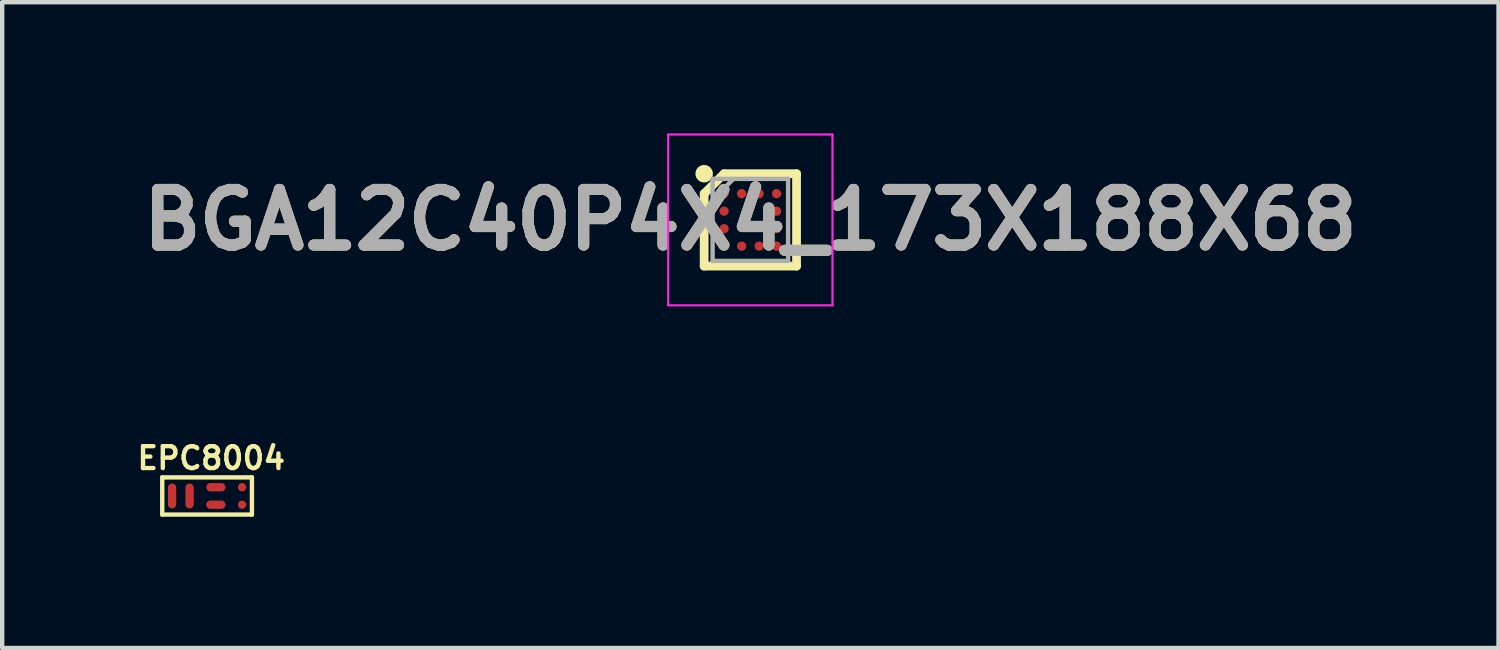
<source format=kicad_pcb>
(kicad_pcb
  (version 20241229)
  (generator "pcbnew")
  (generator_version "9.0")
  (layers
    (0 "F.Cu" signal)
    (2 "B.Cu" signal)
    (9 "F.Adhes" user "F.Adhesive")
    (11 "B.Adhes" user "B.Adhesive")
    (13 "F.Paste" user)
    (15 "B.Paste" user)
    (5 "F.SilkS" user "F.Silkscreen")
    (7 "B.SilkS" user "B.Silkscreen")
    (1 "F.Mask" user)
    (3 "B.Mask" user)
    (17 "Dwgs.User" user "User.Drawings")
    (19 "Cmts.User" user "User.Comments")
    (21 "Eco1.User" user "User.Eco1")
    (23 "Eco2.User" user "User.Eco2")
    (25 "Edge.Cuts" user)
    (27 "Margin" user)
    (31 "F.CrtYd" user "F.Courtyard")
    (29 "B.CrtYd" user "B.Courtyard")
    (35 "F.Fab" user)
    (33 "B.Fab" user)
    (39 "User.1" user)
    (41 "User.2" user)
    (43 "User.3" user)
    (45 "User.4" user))
  (footprint "EPC8004"
    (layer "F.Cu")
    (at 0.659 7.863)
    (property "Reference" "EPC8004" (at 1.12 -0.44 0) (layer "F.SilkS") (effects (font (size 0.5 0.5) (thickness 0.1))))
    (attr through_hole)
    (fp_line (start 0 0) (end 2.05 0) (stroke (width 0.1) (type solid)) (layer "F.SilkS"))
    (fp_line (start 0 0.85) (end 0 0) (stroke (width 0.1) (type solid)) (layer "F.SilkS"))
    (fp_line (start 2.05 0) (end 2.05 0.85) (stroke (width 0.1) (type solid)) (layer "F.SilkS"))
    (fp_line (start 2.05 0.85) (end 0 0.85) (stroke (width 0.1) (type solid)) (layer "F.SilkS"))
    (pad "D" smd oval (at 1.225 0.225) (size 0.44 0.19) (layers "F.Cu" "F.Mask" "F.Paste"))
    (pad "G" smd oval (at 0.225 0.425) (size 0.19 0.57) (layers "F.Cu" "F.Mask" "F.Paste"))
    (pad "K" smd oval (at 0.625 0.425) (size 0.19 0.57) (layers "F.Cu" "F.Mask" "F.Paste"))
    (pad "S" smd oval (at 1.225 0.625) (size 0.44 0.19) (layers "F.Cu" "F.Mask" "F.Paste"))
    (pad "S" smd oval (at 1.825 0.225) (size 0.19 0.19) (layers "F.Cu" "F.Mask" "F.Paste"))
    (pad "S" smd oval (at 1.825 0.625) (size 0.19 0.19) (layers "F.Cu" "F.Mask" "F.Paste")))
  (footprint "BGA12C40P4X4_173X188X68"
    (layer "F.Cu")
    (at 14.103 1.977)
    (property "Reference" "BGA12C40P4X4_173X188X68" (at 0 0 0) (layer "F.SilkS") (effects (font (size 1.27 1.27) (thickness 0.254))))
    (attr smd)
    (fp_line (start -1.056 -0.6) (end -0.6 -1.056) (stroke (width 0.2) (type solid)) (layer "F.SilkS"))
    (fp_line (start -1.056 1.056) (end -1.056 -0.6) (stroke (width 0.2) (type solid)) (layer "F.SilkS"))
    (fp_line (start -0.6 -1.056) (end 1.056 -1.056) (stroke (width 0.2) (type solid)) (layer "F.SilkS"))
    (fp_line (start 1.056 -1.056) (end 1.056 1.056) (stroke (width 0.2) (type solid)) (layer "F.SilkS"))
    (fp_line (start 1.056 1.056) (end -1.056 1.056) (stroke (width 0.2) (type solid)) (layer "F.SilkS"))
    (fp_circle (center -1.056 -1.056) (end -1.056 -0.956) (stroke (width 0.2) (type solid)) (fill no) (layer "F.SilkS"))
    (fp_line (start -1.878 -1.952) (end 1.878 -1.952) (stroke (width 0.05) (type solid)) (layer "F.CrtYd"))
    (fp_line (start -1.878 1.953) (end -1.878 -1.952) (stroke (width 0.05) (type solid)) (layer "F.CrtYd"))
    (fp_line (start 1.878 -1.952) (end 1.878 1.953) (stroke (width 0.05) (type solid)) (layer "F.CrtYd"))
    (fp_line (start 1.878 1.953) (end -1.878 1.953) (stroke (width 0.05) (type solid)) (layer "F.CrtYd"))
    (fp_line (start -0.863 -0.938) (end 0.863 -0.938) (stroke (width 0.1) (type solid)) (layer "F.Fab"))
    (fp_line (start -0.863 -0.461) (end -0.387 -0.937) (stroke (width 0.1) (type solid)) (layer "F.Fab"))
    (fp_line (start -0.863 0.937) (end -0.863 -0.938) (stroke (width 0.1) (type solid)) (layer "F.Fab"))
    (fp_line (start 0.863 -0.938) (end 0.863 0.937) (stroke (width 0.1) (type solid)) (layer "F.Fab"))
    (fp_line (start 0.863 0.937) (end -0.863 0.937) (stroke (width 0.1) (type solid)) (layer "F.Fab"))
    (fp_text user "${REFERENCE}" (at 0 0 0) (layer "F.Fab") (effects (font (size 1.27 1.27) (thickness 0.254))))
    (pad "A1" smd circle (at -0.6 -0.6 90) (size 0.212 0.212) (layers "F.Cu" "F.Mask" "F.Paste"))
    (pad "A2" smd circle (at -0.2 -0.6 90) (size 0.212 0.212) (layers "F.Cu" "F.Mask" "F.Paste"))
    (pad "A3" smd circle (at 0.2 -0.6 90) (size 0.212 0.212) (layers "F.Cu" "F.Mask" "F.Paste"))
    (pad "A4" smd circle (at 0.6 -0.6 90) (size 0.212 0.212) (layers "F.Cu" "F.Mask" "F.Paste"))
    (pad "B1" smd circle (at -0.6 -0.2 90) (size 0.212 0.212) (layers "F.Cu" "F.Mask" "F.Paste"))
    (pad "B4" smd circle (at 0.6 -0.2 90) (size 0.212 0.212) (layers "F.Cu" "F.Mask" "F.Paste"))
    (pad "C1" smd circle (at -0.6 0.2 90) (size 0.212 0.212) (layers "F.Cu" "F.Mask" "F.Paste"))
    (pad "C4" smd circle (at 0.6 0.2 90) (size 0.212 0.212) (layers "F.Cu" "F.Mask" "F.Paste"))
    (pad "D1" smd circle (at -0.6 0.6 90) (size 0.212 0.212) (layers "F.Cu" "F.Mask" "F.Paste"))
    (pad "D2" smd circle (at -0.2 0.6 90) (size 0.212 0.212) (layers "F.Cu" "F.Mask" "F.Paste"))
    (pad "D3" smd circle (at 0.2 0.6 90) (size 0.212 0.212) (layers "F.Cu" "F.Mask" "F.Paste"))
    (pad "D4" smd circle (at 0.6 0.6 90) (size 0.212 0.212) (layers "F.Cu" "F.Mask" "F.Paste")))
  (gr_rect
    (start -3 -3)
    (end 31.206 11.763)
    (stroke (width 0.1) (type default))
    (fill no)
    (layer "Edge.Cuts")))
</source>
